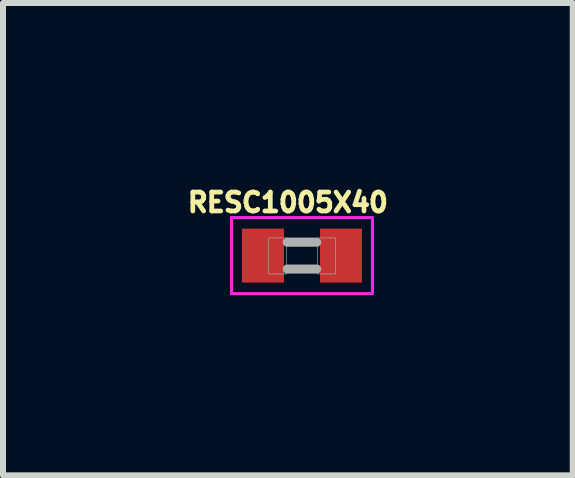
<source format=kicad_pcb>
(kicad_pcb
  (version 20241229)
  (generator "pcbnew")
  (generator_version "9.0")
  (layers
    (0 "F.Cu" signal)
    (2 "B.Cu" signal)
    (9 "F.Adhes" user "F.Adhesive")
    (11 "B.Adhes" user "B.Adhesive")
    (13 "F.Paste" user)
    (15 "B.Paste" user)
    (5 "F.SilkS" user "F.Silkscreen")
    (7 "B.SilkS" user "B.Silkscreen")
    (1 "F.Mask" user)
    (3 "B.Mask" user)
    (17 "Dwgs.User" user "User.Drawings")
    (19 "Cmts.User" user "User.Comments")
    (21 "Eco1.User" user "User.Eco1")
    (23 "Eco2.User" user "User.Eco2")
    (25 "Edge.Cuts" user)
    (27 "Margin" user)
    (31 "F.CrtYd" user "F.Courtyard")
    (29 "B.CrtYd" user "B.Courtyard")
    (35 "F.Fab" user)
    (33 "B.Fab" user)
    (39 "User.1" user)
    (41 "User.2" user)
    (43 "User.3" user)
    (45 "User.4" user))
  (footprint "RESC1005X40"
    (layer "F.Cu")
    (at 1.979 1.207)
    (property "Reference" "RESC1005X40" (at -0.235 -0.885 0) (layer "F.SilkS") (effects (font (size 0.315 0.315) (thickness 0.15))))
    (attr smd)
    (fp_line (start -1.173 -0.633) (end 1.173 -0.633) (stroke (width 0.051) (type solid)) (layer "F.CrtYd"))
    (fp_line (start -1.173 0.633) (end -1.173 -0.633) (stroke (width 0.051) (type solid)) (layer "F.CrtYd"))
    (fp_line (start 1.173 -0.633) (end 1.173 0.633) (stroke (width 0.051) (type solid)) (layer "F.CrtYd"))
    (fp_line (start 1.173 0.633) (end -1.173 0.633) (stroke (width 0.051) (type solid)) (layer "F.CrtYd"))
    (fp_line (start -0.245 -0.224) (end 0.245 -0.224) (stroke (width 0.152) (type solid)) (layer "F.Fab"))
    (fp_line (start 0.245 0.224) (end -0.245 0.224) (stroke (width 0.152) (type solid)) (layer "F.Fab"))
    (fp_poly (pts (xy -0.554 -0.295) (xy -0.254 -0.295) (xy -0.254 0.305) (xy -0.554 0.305)) (stroke (width 0.01) (type solid)) (fill no) (layer "F.Fab"))
    (fp_poly (pts (xy 0.259 -0.295) (xy 0.559 -0.295) (xy 0.559 0.305) (xy 0.259 0.305)) (stroke (width 0.01) (type solid)) (fill no) (layer "F.Fab"))
    (pad "1" smd rect (at -0.65 0) (size 0.7 0.9) (layers "F.Cu" "F.Mask" "F.Paste"))
    (pad "2" smd rect (at 0.65 0) (size 0.7 0.9) (layers "F.Cu" "F.Mask" "F.Paste")))
  (gr_rect
    (start -3 -3)
    (end 6.488 4.866)
    (stroke (width 0.1) (type default))
    (fill no)
    (layer "Edge.Cuts")))
</source>
